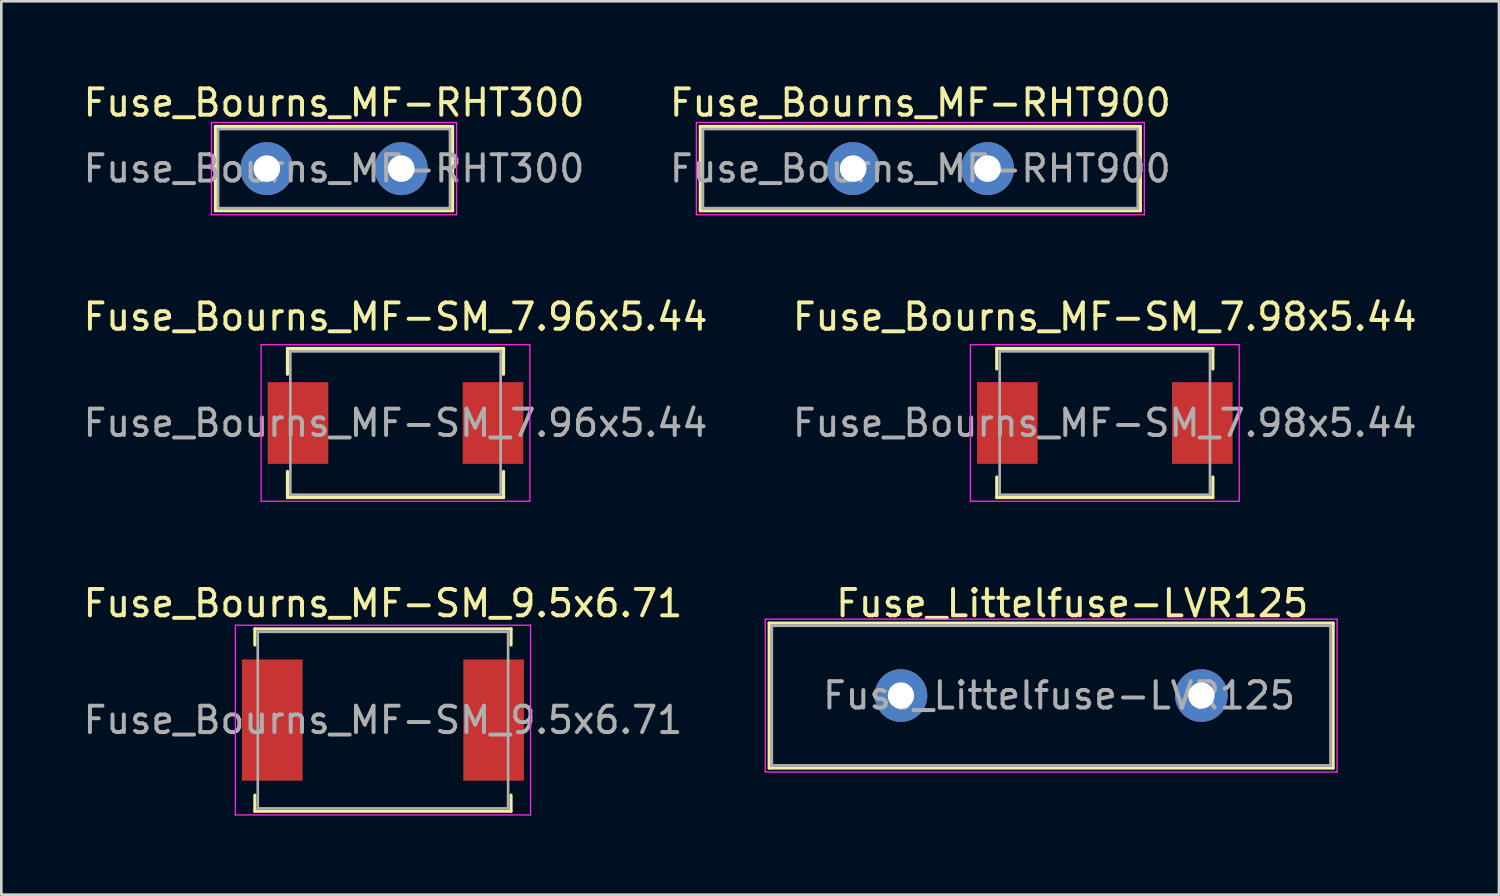
<source format=kicad_pcb>
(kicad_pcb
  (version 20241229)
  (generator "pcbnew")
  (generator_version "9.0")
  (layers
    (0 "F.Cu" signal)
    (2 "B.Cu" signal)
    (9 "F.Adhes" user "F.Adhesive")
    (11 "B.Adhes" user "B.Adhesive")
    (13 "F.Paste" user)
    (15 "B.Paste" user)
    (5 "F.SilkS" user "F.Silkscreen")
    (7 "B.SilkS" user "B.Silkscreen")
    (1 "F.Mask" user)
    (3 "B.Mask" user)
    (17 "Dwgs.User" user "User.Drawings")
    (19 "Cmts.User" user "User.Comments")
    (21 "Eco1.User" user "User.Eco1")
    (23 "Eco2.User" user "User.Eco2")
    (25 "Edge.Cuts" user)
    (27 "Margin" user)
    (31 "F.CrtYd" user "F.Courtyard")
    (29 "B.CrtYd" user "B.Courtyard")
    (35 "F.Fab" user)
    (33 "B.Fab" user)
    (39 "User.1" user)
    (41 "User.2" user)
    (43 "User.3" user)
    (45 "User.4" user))
  (footprint "Fuse_Bourns_MF-RHT900"
    (layer "F.Cu")
    (at 29.325 3.348)
    (property "Reference" "Fuse_Bourns_MF-RHT900" (at 2.55 -2.5 0) (layer "F.SilkS") (effects (font (size 1 1) (thickness 0.15))))
    (attr through_hole)
    (fp_line (start -5.8 -1.6) (end -5.8 1.6) (stroke (width 0.12) (type solid)) (layer "F.SilkS"))
    (fp_line (start -5.8 1.6) (end 10.9 1.6) (stroke (width 0.12) (type solid)) (layer "F.SilkS"))
    (fp_line (start 10.9 -1.6) (end -5.8 -1.6) (stroke (width 0.12) (type solid)) (layer "F.SilkS"))
    (fp_line (start 10.9 1.6) (end 10.9 -1.6) (stroke (width 0.12) (type solid)) (layer "F.SilkS"))
    (fp_line (start -5.95 -1.75) (end -5.95 1.75) (stroke (width 0.05) (type solid)) (layer "F.CrtYd"))
    (fp_line (start -5.95 1.75) (end 11.05 1.75) (stroke (width 0.05) (type solid)) (layer "F.CrtYd"))
    (fp_line (start 11.05 -1.75) (end -5.95 -1.75) (stroke (width 0.05) (type solid)) (layer "F.CrtYd"))
    (fp_line (start 11.05 1.75) (end 11.05 -1.75) (stroke (width 0.05) (type solid)) (layer "F.CrtYd"))
    (fp_line (start -5.7 -1.5) (end -5.7 1.5) (stroke (width 0.1) (type solid)) (layer "F.Fab"))
    (fp_line (start -5.7 1.5) (end 10.8 1.5) (stroke (width 0.1) (type solid)) (layer "F.Fab"))
    (fp_line (start 10.8 -1.5) (end -5.7 -1.5) (stroke (width 0.1) (type solid)) (layer "F.Fab"))
    (fp_line (start 10.8 1.5) (end 10.8 -1.5) (stroke (width 0.1) (type solid)) (layer "F.Fab"))
    (fp_text user "${REFERENCE}" (at 2.55 0 0) (layer "F.Fab") (effects (font (size 1 1) (thickness 0.15))))
    (pad "1" thru_hole circle (at 0 0) (size 2.01 2.01) (drill 1.01) (layers "*.Cu" "*.Mask"))
    (pad "2" thru_hole circle (at 5.1 0) (size 2.01 2.01) (drill 1.01) (layers "*.Cu" "*.Mask")))
  (footprint "Fuse_Bourns_MF-RHT300"
    (layer "F.Cu")
    (at 7.075 3.348)
    (property "Reference" "Fuse_Bourns_MF-RHT300" (at 2.55 -2.5 0) (layer "F.SilkS") (effects (font (size 1 1) (thickness 0.15))))
    (attr through_hole)
    (fp_line (start -1.95 -1.6) (end -1.95 1.6) (stroke (width 0.12) (type solid)) (layer "F.SilkS"))
    (fp_line (start -1.95 1.6) (end 7.05 1.6) (stroke (width 0.12) (type solid)) (layer "F.SilkS"))
    (fp_line (start 7.05 -1.6) (end -1.95 -1.6) (stroke (width 0.12) (type solid)) (layer "F.SilkS"))
    (fp_line (start 7.05 1.6) (end 7.05 -1.6) (stroke (width 0.12) (type solid)) (layer "F.SilkS"))
    (fp_line (start -2.1 -1.75) (end -2.1 1.75) (stroke (width 0.05) (type solid)) (layer "F.CrtYd"))
    (fp_line (start -2.1 1.75) (end 7.2 1.75) (stroke (width 0.05) (type solid)) (layer "F.CrtYd"))
    (fp_line (start 7.2 -1.75) (end -2.1 -1.75) (stroke (width 0.05) (type solid)) (layer "F.CrtYd"))
    (fp_line (start 7.2 1.75) (end 7.2 -1.75) (stroke (width 0.05) (type solid)) (layer "F.CrtYd"))
    (fp_line (start -1.85 -1.5) (end -1.85 1.5) (stroke (width 0.1) (type solid)) (layer "F.Fab"))
    (fp_line (start -1.85 1.5) (end 6.95 1.5) (stroke (width 0.1) (type solid)) (layer "F.Fab"))
    (fp_line (start 6.95 -1.5) (end -1.85 -1.5) (stroke (width 0.1) (type solid)) (layer "F.Fab"))
    (fp_line (start 6.95 1.5) (end 6.95 -1.5) (stroke (width 0.1) (type solid)) (layer "F.Fab"))
    (fp_text user "${REFERENCE}" (at 2.55 0 0) (layer "F.Fab") (effects (font (size 1 1) (thickness 0.15))))
    (pad "1" thru_hole circle (at 0 0) (size 2.01 2.01) (drill 1.01) (layers "*.Cu" "*.Mask"))
    (pad "2" thru_hole circle (at 5.1 0) (size 2.01 2.01) (drill 1.01) (layers "*.Cu" "*.Mask")))
  (footprint "Fuse_Littelfuse-LVR125"
    (layer "F.Cu")
    (at 31.139 23.345)
    (property "Reference" "Fuse_Littelfuse-LVR125" (at 6.5 -3.5 0) (layer "F.SilkS") (effects (font (size 1 1) (thickness 0.15))))
    (attr through_hole)
    (fp_line (start -5 -2.75) (end -5 2.75) (stroke (width 0.12) (type solid)) (layer "F.SilkS"))
    (fp_line (start -5 -2.75) (end 16.4 -2.75) (stroke (width 0.12) (type solid)) (layer "F.SilkS"))
    (fp_line (start 16.4 2.75) (end -5 2.75) (stroke (width 0.12) (type solid)) (layer "F.SilkS"))
    (fp_line (start 16.4 2.75) (end 16.4 -2.75) (stroke (width 0.12) (type solid)) (layer "F.SilkS"))
    (fp_line (start -5.15 -2.9) (end -5.15 2.9) (stroke (width 0.05) (type solid)) (layer "F.CrtYd"))
    (fp_line (start -5.15 -2.9) (end 16.55 -2.9) (stroke (width 0.05) (type solid)) (layer "F.CrtYd"))
    (fp_line (start 16.55 2.9) (end -5.15 2.9) (stroke (width 0.05) (type solid)) (layer "F.CrtYd"))
    (fp_line (start 16.55 2.9) (end 16.55 -2.9) (stroke (width 0.05) (type solid)) (layer "F.CrtYd"))
    (fp_line (start -4.9 -2.65) (end -4.9 2.65) (stroke (width 0.1) (type solid)) (layer "F.Fab"))
    (fp_line (start -4.9 2.65) (end 16.3 2.65) (stroke (width 0.1) (type solid)) (layer "F.Fab"))
    (fp_line (start 16.3 -2.65) (end -4.9 -2.65) (stroke (width 0.1) (type solid)) (layer "F.Fab"))
    (fp_line (start 16.3 2.65) (end 16.3 -2.65) (stroke (width 0.1) (type solid)) (layer "F.Fab"))
    (fp_text user "${REFERENCE}" (at 6 0 0) (layer "F.Fab") (effects (font (size 1 1) (thickness 0.15))))
    (pad "1" thru_hole circle (at 0 0) (size 2 2) (drill 1) (layers "*.Cu" "*.Mask"))
    (pad "2" thru_hole circle (at 11.4 0) (size 2 2) (drill 1) (layers "*.Cu" "*.Mask")))
  (footprint "Fuse_Bourns_MF-SM_9.5x6.71"
    (layer "F.Cu")
    (at 11.482 24.275)
    (property "Reference" "Fuse_Bourns_MF-SM_9.5x6.71" (at 0 -4.43 0) (layer "F.SilkS") (effects (font (size 1 1) (thickness 0.15))))
    (attr smd)
    (fp_line (start -4.86 -3.46) (end 4.86 -3.46) (stroke (width 0.12) (type solid)) (layer "F.SilkS"))
    (fp_line (start -4.86 -2.85) (end -4.86 -3.46) (stroke (width 0.12) (type solid)) (layer "F.SilkS"))
    (fp_line (start -4.86 2.85) (end -4.86 3.46) (stroke (width 0.12) (type solid)) (layer "F.SilkS"))
    (fp_line (start -4.86 3.46) (end 4.86 3.46) (stroke (width 0.12) (type solid)) (layer "F.SilkS"))
    (fp_line (start 4.86 -2.85) (end 4.86 -3.46) (stroke (width 0.12) (type solid)) (layer "F.SilkS"))
    (fp_line (start 4.86 2.85) (end 4.86 3.46) (stroke (width 0.12) (type solid)) (layer "F.SilkS"))
    (fp_line (start -5.6 -3.6) (end 5.6 -3.6) (stroke (width 0.05) (type solid)) (layer "F.CrtYd"))
    (fp_line (start -5.6 3.6) (end -5.6 -3.6) (stroke (width 0.05) (type solid)) (layer "F.CrtYd"))
    (fp_line (start 5.6 -3.6) (end 5.6 3.6) (stroke (width 0.05) (type solid)) (layer "F.CrtYd"))
    (fp_line (start 5.6 3.6) (end -5.6 3.6) (stroke (width 0.05) (type solid)) (layer "F.CrtYd"))
    (fp_line (start -4.75 -3.35) (end 4.75 -3.35) (stroke (width 0.1) (type solid)) (layer "F.Fab"))
    (fp_line (start -4.75 3.35) (end -4.75 -3.35) (stroke (width 0.1) (type solid)) (layer "F.Fab"))
    (fp_line (start 4.75 -3.35) (end 4.75 3.35) (stroke (width 0.1) (type solid)) (layer "F.Fab"))
    (fp_line (start 4.75 3.35) (end -4.75 3.35) (stroke (width 0.1) (type solid)) (layer "F.Fab"))
    (fp_text user "${REFERENCE}" (at 0 0 0) (layer "F.Fab") (effects (font (size 1 1) (thickness 0.15))))
    (pad "1" smd rect (at -4.2 0) (size 2.3 4.6) (layers "F.Cu" "F.Mask" "F.Paste"))
    (pad "2" smd rect (at 4.2 0) (size 2.3 4.6) (layers "F.Cu" "F.Mask" "F.Paste")))
  (footprint "Fuse_Bourns_MF-SM_7.98x5.44"
    (layer "F.Cu")
    (at 38.875 13.002)
    (property "Reference" "Fuse_Bourns_MF-SM_7.98x5.44" (at 0 -4.03 0) (layer "F.SilkS") (effects (font (size 1 1) (thickness 0.15))))
    (attr smd)
    (fp_line (start -4.1 -2.83) (end -4.1 -2.05) (stroke (width 0.12) (type solid)) (layer "F.SilkS"))
    (fp_line (start -4.1 -2.83) (end 4.1 -2.83) (stroke (width 0.12) (type solid)) (layer "F.SilkS"))
    (fp_line (start -4.1 2.83) (end -4.1 2.05) (stroke (width 0.12) (type solid)) (layer "F.SilkS"))
    (fp_line (start -4.1 2.83) (end 4.1 2.83) (stroke (width 0.12) (type solid)) (layer "F.SilkS"))
    (fp_line (start 4.1 -2.83) (end 4.1 -2.05) (stroke (width 0.12) (type solid)) (layer "F.SilkS"))
    (fp_line (start 4.1 2.83) (end 4.1 2.05) (stroke (width 0.12) (type solid)) (layer "F.SilkS"))
    (fp_line (start -5.1 -2.97) (end 5.1 -2.97) (stroke (width 0.05) (type solid)) (layer "F.CrtYd"))
    (fp_line (start -5.1 2.97) (end -5.1 -2.97) (stroke (width 0.05) (type solid)) (layer "F.CrtYd"))
    (fp_line (start 5.1 -2.97) (end 5.1 2.97) (stroke (width 0.05) (type solid)) (layer "F.CrtYd"))
    (fp_line (start 5.1 2.97) (end -5.1 2.97) (stroke (width 0.05) (type solid)) (layer "F.CrtYd"))
    (fp_line (start -3.99 -2.72) (end 3.99 -2.72) (stroke (width 0.1) (type solid)) (layer "F.Fab"))
    (fp_line (start -3.99 2.72) (end -3.99 -2.72) (stroke (width 0.1) (type solid)) (layer "F.Fab"))
    (fp_line (start 3.99 -2.72) (end 3.99 2.72) (stroke (width 0.1) (type solid)) (layer "F.Fab"))
    (fp_line (start 3.99 2.72) (end -3.99 2.72) (stroke (width 0.1) (type solid)) (layer "F.Fab"))
    (fp_text user "${REFERENCE}" (at 0 0 0) (layer "F.Fab") (effects (font (size 1 1) (thickness 0.15))))
    (pad "1" smd rect (at -3.7 0) (size 2.3 3.1) (layers "F.Cu" "F.Mask" "F.Paste"))
    (pad "2" smd rect (at 3.7 0) (size 2.3 3.1) (layers "F.Cu" "F.Mask" "F.Paste")))
  (footprint "Fuse_Bourns_MF-SM_7.96x5.44"
    (layer "F.Cu")
    (at 11.958 13.002)
    (property "Reference" "Fuse_Bourns_MF-SM_7.96x5.44" (at 0 -4.03 0) (layer "F.SilkS") (effects (font (size 1 1) (thickness 0.15))))
    (attr smd)
    (fp_line (start -4.1 -2.83) (end -4.1 -1.85) (stroke (width 0.12) (type solid)) (layer "F.SilkS"))
    (fp_line (start -4.1 -2.83) (end 4.1 -2.83) (stroke (width 0.12) (type solid)) (layer "F.SilkS"))
    (fp_line (start -4.1 2.83) (end -4.1 1.84) (stroke (width 0.12) (type solid)) (layer "F.SilkS"))
    (fp_line (start -4.1 2.83) (end 4.1 2.83) (stroke (width 0.12) (type solid)) (layer "F.SilkS"))
    (fp_line (start 4.1 -2.83) (end 4.1 -1.85) (stroke (width 0.12) (type solid)) (layer "F.SilkS"))
    (fp_line (start 4.1 2.83) (end 4.1 1.84) (stroke (width 0.12) (type solid)) (layer "F.SilkS"))
    (fp_line (start -5.1 -2.97) (end 5.1 -2.97) (stroke (width 0.05) (type solid)) (layer "F.CrtYd"))
    (fp_line (start -5.1 2.97) (end -5.1 -2.97) (stroke (width 0.05) (type solid)) (layer "F.CrtYd"))
    (fp_line (start 5.1 -2.97) (end 5.1 2.97) (stroke (width 0.05) (type solid)) (layer "F.CrtYd"))
    (fp_line (start 5.1 2.97) (end -5.1 2.97) (stroke (width 0.05) (type solid)) (layer "F.CrtYd"))
    (fp_line (start -3.99 -2.72) (end 3.99 -2.72) (stroke (width 0.1) (type solid)) (layer "F.Fab"))
    (fp_line (start -3.99 2.72) (end -3.99 -2.72) (stroke (width 0.1) (type solid)) (layer "F.Fab"))
    (fp_line (start 3.99 -2.72) (end 3.99 2.72) (stroke (width 0.1) (type solid)) (layer "F.Fab"))
    (fp_line (start 3.99 2.72) (end -3.99 2.72) (stroke (width 0.1) (type solid)) (layer "F.Fab"))
    (fp_text user "${REFERENCE}" (at 0 0 0) (layer "F.Fab") (effects (font (size 1 1) (thickness 0.15))))
    (pad "1" smd rect (at -3.7 0) (size 2.3 3.1) (layers "F.Cu" "F.Mask" "F.Paste"))
    (pad "2" smd rect (at 3.7 0) (size 2.3 3.1) (layers "F.Cu" "F.Mask" "F.Paste")))
  (gr_rect
    (start -3 -3)
    (end 53.833 30.9)
    (stroke (width 0.1) (type default))
    (fill no)
    (layer "Edge.Cuts")))
</source>
